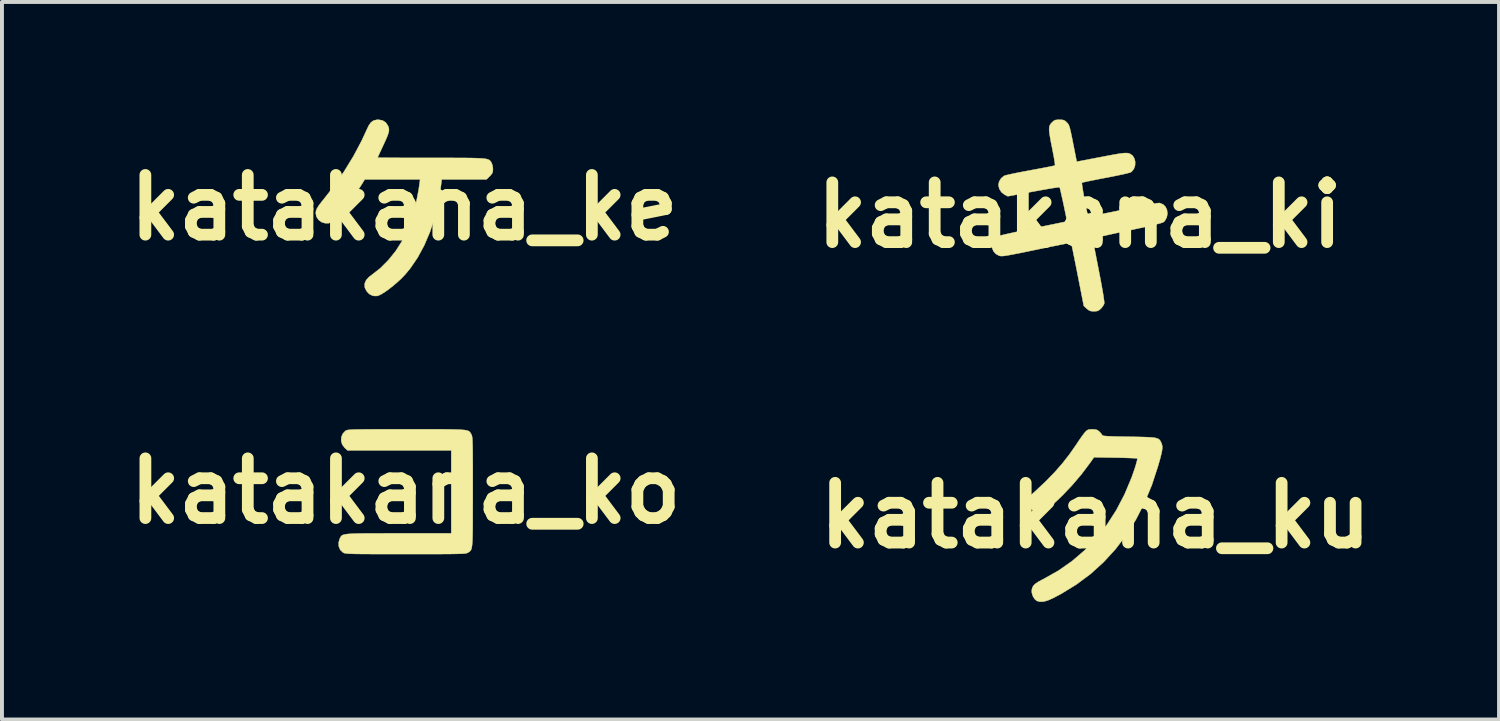
<source format=kicad_pcb>
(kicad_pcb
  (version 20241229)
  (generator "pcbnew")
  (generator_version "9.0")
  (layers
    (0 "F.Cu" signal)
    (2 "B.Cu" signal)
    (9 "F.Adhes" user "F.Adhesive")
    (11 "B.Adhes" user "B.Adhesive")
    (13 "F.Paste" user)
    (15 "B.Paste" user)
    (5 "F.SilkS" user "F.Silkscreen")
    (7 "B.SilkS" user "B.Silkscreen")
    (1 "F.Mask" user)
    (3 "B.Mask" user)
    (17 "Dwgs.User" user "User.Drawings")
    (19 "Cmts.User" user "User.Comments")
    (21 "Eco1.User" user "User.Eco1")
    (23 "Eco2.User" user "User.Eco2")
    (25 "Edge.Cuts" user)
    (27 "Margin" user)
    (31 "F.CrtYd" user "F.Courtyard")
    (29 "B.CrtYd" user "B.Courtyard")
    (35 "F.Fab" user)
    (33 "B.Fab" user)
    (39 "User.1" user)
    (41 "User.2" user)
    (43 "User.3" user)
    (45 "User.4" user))
  (footprint "katakana_ko"
    (layer "F.Cu")
    (at 7.301 9.481)
    (property "Reference" "katakana_ko" (at 0 0 0) (layer "F.SilkS") (effects (font (size 1.524 1.524) (thickness 0.3))))
    (attr through_hole)
    (fp_poly (pts (xy 0.581 -1.577) (xy 0.8 -1.577) (xy 0.986 -1.576) (xy 1.141 -1.574) (xy 1.268 -1.571) (xy 1.371 -1.568) (xy 1.452 -1.562) (xy 1.515 -1.556) (xy 1.562 -1.547) (xy 1.596 -1.536) (xy 1.621 -1.523) (xy 1.638 -1.507) (xy 1.652 -1.489) (xy 1.665 -1.468) (xy 1.673 -1.454) (xy 1.681 -1.439) (xy 1.688 -1.422) (xy 1.694 -1.398) (xy 1.699 -1.366) (xy 1.703 -1.322) (xy 1.706 -1.262) (xy 1.709 -1.183) (xy 1.711 -1.084) (xy 1.712 -0.959) (xy 1.713 -0.806) (xy 1.714 -0.623) (xy 1.714 -0.405) (xy 1.714 -0.15) (xy 1.714 0.021) (xy 1.714 0.306) (xy 1.713 0.551) (xy 1.713 0.761) (xy 1.712 0.937) (xy 1.71 1.083) (xy 1.707 1.202) (xy 1.703 1.297) (xy 1.697 1.372) (xy 1.689 1.429) (xy 1.68 1.471) (xy 1.668 1.501) (xy 1.654 1.523) (xy 1.638 1.539) (xy 1.618 1.553) (xy 1.597 1.567) (xy 1.584 1.575) (xy 1.568 1.582) (xy 1.546 1.588) (xy 1.515 1.593) (xy 1.473 1.597) (xy 1.416 1.6) (xy 1.341 1.602) (xy 1.245 1.604) (xy 1.126 1.606) (xy 0.979 1.607) (xy 0.803 1.608) (xy 0.595 1.608) (xy 0.35 1.608) (xy 0.067 1.608) (xy 0 1.608) (xy -0.292 1.608) (xy -0.544 1.608) (xy -0.76 1.608) (xy -0.943 1.607) (xy -1.095 1.606) (xy -1.22 1.605) (xy -1.321 1.603) (xy -1.4 1.6) (xy -1.461 1.597) (xy -1.507 1.593) (xy -1.54 1.589) (xy -1.564 1.583) (xy -1.581 1.577) (xy -1.595 1.569) (xy -1.602 1.565) (xy -1.67 1.498) (xy -1.706 1.41) (xy -1.709 1.31) (xy -1.68 1.214) (xy -1.668 1.188) (xy -1.655 1.165) (xy -1.64 1.146) (xy -1.62 1.13) (xy -1.589 1.116) (xy -1.547 1.106) (xy -1.49 1.097) (xy -1.414 1.091) (xy -1.317 1.086) (xy -1.195 1.083) (xy -1.046 1.081) (xy -0.866 1.08) (xy -0.652 1.08) (xy -0.401 1.079) (xy -0.181 1.079) (xy 1.164 1.079) (xy 1.164 -1.037) (xy -1.482 -1.037) (xy -1.557 -1.106) (xy -1.617 -1.186) (xy -1.645 -1.28) (xy -1.64 -1.376) (xy -1.604 -1.464) (xy -1.538 -1.534) (xy -1.532 -1.538) (xy -1.519 -1.546) (xy -1.502 -1.552) (xy -1.478 -1.558) (xy -1.444 -1.562) (xy -1.396 -1.566) (xy -1.333 -1.569) (xy -1.251 -1.572) (xy -1.147 -1.573) (xy -1.018 -1.575) (xy -0.861 -1.576) (xy -0.673 -1.576) (xy -0.45 -1.577) (xy -0.191 -1.577) (xy 0.031 -1.577) (xy 0.326 -1.577) (xy 0.581 -1.577)) (stroke (width 0.01) (type solid)) (fill yes) (layer "F.SilkS")))
  (footprint "katakana_ke"
    (layer "F.Cu")
    (at 7.264 2.249)
    (property "Reference" "katakana_ke" (at 0 0 0) (layer "F.SilkS") (effects (font (size 1.524 1.524) (thickness 0.3))))
    (attr through_hole)
    (fp_poly (pts (xy -0.55 -2.225) (xy -0.467 -2.17) (xy -0.411 -2.084) (xy -0.399 -2.052) (xy -0.39 -2.014) (xy -0.388 -1.975) (xy -0.395 -1.929) (xy -0.412 -1.871) (xy -0.442 -1.794) (xy -0.487 -1.693) (xy -0.548 -1.561) (xy -0.564 -1.526) (xy -0.607 -1.434) (xy -0.642 -1.357) (xy -0.667 -1.303) (xy -0.677 -1.278) (xy -0.677 -1.277) (xy -0.657 -1.276) (xy -0.597 -1.275) (xy -0.503 -1.274) (xy -0.376 -1.273) (xy -0.222 -1.272) (xy -0.042 -1.271) (xy 0.158 -1.271) (xy 0.376 -1.27) (xy 0.609 -1.27) (xy 0.69 -1.27) (xy 0.974 -1.27) (xy 1.219 -1.27) (xy 1.428 -1.269) (xy 1.604 -1.268) (xy 1.749 -1.266) (xy 1.868 -1.262) (xy 1.963 -1.258) (xy 2.037 -1.251) (xy 2.094 -1.243) (xy 2.135 -1.232) (xy 2.166 -1.219) (xy 2.187 -1.204) (xy 2.204 -1.185) (xy 2.218 -1.163) (xy 2.229 -1.145) (xy 2.252 -1.083) (xy 2.264 -1.005) (xy 2.265 -0.984) (xy 2.261 -0.92) (xy 2.243 -0.873) (xy 2.204 -0.824) (xy 2.183 -0.802) (xy 2.1 -0.72) (xy 0.958 -0.72) (xy 0.932 -0.513) (xy 0.868 -0.117) (xy 0.776 0.263) (xy 0.657 0.623) (xy 0.513 0.96) (xy 0.346 1.269) (xy 0.157 1.547) (xy 0.027 1.704) (xy -0.065 1.801) (xy -0.171 1.899) (xy -0.283 1.995) (xy -0.395 2.083) (xy -0.501 2.158) (xy -0.593 2.214) (xy -0.665 2.247) (xy -0.688 2.253) (xy -0.756 2.254) (xy -0.818 2.242) (xy -0.894 2.201) (xy -0.959 2.131) (xy -1 2.048) (xy -1.006 2.024) (xy -1.007 1.934) (xy -0.97 1.849) (xy -0.896 1.768) (xy -0.825 1.714) (xy -0.605 1.542) (xy -0.399 1.334) (xy -0.211 1.099) (xy -0.048 0.842) (xy 0.086 0.57) (xy 0.107 0.52) (xy 0.184 0.304) (xy 0.256 0.06) (xy 0.319 -0.196) (xy 0.368 -0.45) (xy 0.392 -0.609) (xy 0.406 -0.72) (xy -1.007 -0.72) (xy -1.08 -0.599) (xy -1.145 -0.498) (xy -1.225 -0.382) (xy -1.315 -0.257) (xy -1.412 -0.129) (xy -1.51 -0.004) (xy -1.605 0.112) (xy -1.691 0.213) (xy -1.765 0.294) (xy -1.821 0.348) (xy -1.836 0.36) (xy -1.922 0.396) (xy -2.015 0.398) (xy -2.106 0.37) (xy -2.182 0.315) (xy -2.235 0.238) (xy -2.244 0.209) (xy -2.256 0.146) (xy -2.251 0.086) (xy -2.226 0.021) (xy -2.179 -0.054) (xy -2.107 -0.149) (xy -2.072 -0.191) (xy -1.795 -0.545) (xy -1.534 -0.923) (xy -1.295 -1.313) (xy -1.086 -1.706) (xy -0.951 -1.998) (xy -0.898 -2.107) (xy -0.844 -2.179) (xy -0.782 -2.222) (xy -0.705 -2.241) (xy -0.652 -2.244) (xy -0.55 -2.225)) (stroke (width 0.01) (type solid)) (fill yes) (layer "F.SilkS")))
  (footprint "katakana_ku"
    (layer "F.Cu")
    (at 24.902 10.106)
    (property "Reference" "katakana_ku" (at 0 0 0) (layer "F.SilkS") (effects (font (size 1.524 1.524) (thickness 0.3))))
    (attr through_hole)
    (fp_poly (pts (xy -0.003 -2.197) (xy 0.048 -2.182) (xy 0.094 -2.149) (xy 0.1 -2.143) (xy 0.143 -2.098) (xy 0.17 -2.06) (xy 0.173 -2.053) (xy 0.181 -2.044) (xy 0.202 -2.037) (xy 0.24 -2.031) (xy 0.299 -2.026) (xy 0.383 -2.022) (xy 0.497 -2.018) (xy 0.644 -2.015) (xy 0.828 -2.012) (xy 0.86 -2.011) (xy 1.06 -2.008) (xy 1.221 -2.004) (xy 1.35 -1.999) (xy 1.449 -1.993) (xy 1.524 -1.983) (xy 1.578 -1.969) (xy 1.616 -1.951) (xy 1.643 -1.927) (xy 1.663 -1.897) (xy 1.681 -1.86) (xy 1.687 -1.846) (xy 1.701 -1.804) (xy 1.708 -1.76) (xy 1.707 -1.707) (xy 1.698 -1.64) (xy 1.678 -1.55) (xy 1.648 -1.434) (xy 1.605 -1.284) (xy 1.6 -1.265) (xy 1.442 -0.78) (xy 1.254 -0.326) (xy 1.038 0.098) (xy 0.792 0.492) (xy 0.516 0.855) (xy 0.212 1.187) (xy -0.121 1.489) (xy -0.484 1.759) (xy -0.875 1.999) (xy -1.074 2.104) (xy -1.209 2.164) (xy -1.32 2.196) (xy -1.412 2.2) (xy -1.492 2.178) (xy -1.495 2.177) (xy -1.55 2.13) (xy -1.595 2.056) (xy -1.621 1.971) (xy -1.623 1.901) (xy -1.609 1.841) (xy -1.581 1.79) (xy -1.532 1.742) (xy -1.457 1.691) (xy -1.35 1.633) (xy -1.316 1.616) (xy -0.939 1.403) (xy -0.589 1.158) (xy -0.266 0.88) (xy 0.029 0.572) (xy 0.296 0.232) (xy 0.535 -0.139) (xy 0.745 -0.541) (xy 0.926 -0.972) (xy 1.006 -1.202) (xy 1.035 -1.296) (xy 1.057 -1.376) (xy 1.07 -1.431) (xy 1.07 -1.456) (xy 1.046 -1.46) (xy 0.985 -1.464) (xy 0.894 -1.468) (xy 0.777 -1.472) (xy 0.642 -1.476) (xy 0.51 -1.478) (xy -0.035 -1.487) (xy -0.138 -1.341) (xy -0.353 -1.055) (xy -0.591 -0.775) (xy -0.839 -0.514) (xy -0.995 -0.365) (xy -1.105 -0.266) (xy -1.191 -0.193) (xy -1.258 -0.143) (xy -1.312 -0.11) (xy -1.358 -0.092) (xy -1.404 -0.085) (xy -1.425 -0.085) (xy -1.535 -0.101) (xy -1.617 -0.148) (xy -1.67 -0.226) (xy -1.693 -0.333) (xy -1.693 -0.359) (xy -1.694 -0.476) (xy -1.519 -0.634) (xy -1.264 -0.874) (xy -1.04 -1.104) (xy -0.841 -1.331) (xy -0.659 -1.564) (xy -0.487 -1.811) (xy -0.481 -1.82) (xy -0.417 -1.917) (xy -0.355 -2.006) (xy -0.301 -2.08) (xy -0.262 -2.128) (xy -0.258 -2.133) (xy -0.215 -2.173) (xy -0.174 -2.194) (xy -0.116 -2.201) (xy -0.078 -2.201) (xy -0.003 -2.197)) (stroke (width 0.01) (type solid)) (fill yes) (layer "F.SilkS")))
  (footprint "katakana_ki"
    (layer "F.Cu")
    (at 24.503 2.439)
    (property "Reference" "katakana_ki" (at 0 0 0) (layer "F.SilkS") (effects (font (size 1.524 1.524) (thickness 0.3))))
    (attr through_hole)
    (fp_poly (pts (xy -0.445 -2.431) (xy -0.397 -2.419) (xy -0.355 -2.39) (xy -0.33 -2.365) (xy -0.307 -2.341) (xy -0.288 -2.315) (xy -0.272 -2.28) (xy -0.256 -2.232) (xy -0.238 -2.164) (xy -0.218 -2.071) (xy -0.192 -1.947) (xy -0.169 -1.83) (xy -0.077 -1.364) (xy 0.507 -1.475) (xy 0.694 -1.511) (xy 0.846 -1.539) (xy 0.965 -1.56) (xy 1.057 -1.574) (xy 1.128 -1.582) (xy 1.181 -1.584) (xy 1.222 -1.582) (xy 1.255 -1.575) (xy 1.279 -1.567) (xy 1.348 -1.52) (xy 1.393 -1.448) (xy 1.415 -1.361) (xy 1.412 -1.269) (xy 1.383 -1.183) (xy 1.33 -1.113) (xy 1.306 -1.095) (xy 1.273 -1.083) (xy 1.205 -1.065) (xy 1.107 -1.042) (xy 0.984 -1.016) (xy 0.843 -0.987) (xy 0.689 -0.957) (xy 0.667 -0.953) (xy 0.513 -0.924) (xy 0.374 -0.896) (xy 0.253 -0.872) (xy 0.156 -0.851) (xy 0.089 -0.836) (xy 0.058 -0.827) (xy 0.056 -0.826) (xy 0.056 -0.802) (xy 0.063 -0.744) (xy 0.076 -0.661) (xy 0.093 -0.558) (xy 0.113 -0.445) (xy 0.135 -0.329) (xy 0.157 -0.217) (xy 0.178 -0.117) (xy 0.196 -0.037) (xy 0.21 0.016) (xy 0.217 0.034) (xy 0.24 0.032) (xy 0.3 0.023) (xy 0.392 0.006) (xy 0.512 -0.017) (xy 0.657 -0.046) (xy 0.822 -0.079) (xy 1.001 -0.116) (xy 1.103 -0.138) (xy 1.35 -0.189) (xy 1.562 -0.231) (xy 1.737 -0.264) (xy 1.874 -0.289) (xy 1.972 -0.304) (xy 2.03 -0.309) (xy 2.043 -0.308) (xy 2.128 -0.273) (xy 2.19 -0.211) (xy 2.227 -0.129) (xy 2.238 -0.037) (xy 2.221 0.056) (xy 2.175 0.142) (xy 2.142 0.176) (xy 2.115 0.189) (xy 2.057 0.208) (xy 1.967 0.232) (xy 1.843 0.263) (xy 1.682 0.299) (xy 1.484 0.342) (xy 1.246 0.393) (xy 1.214 0.4) (xy 0.988 0.447) (xy 0.8 0.488) (xy 0.649 0.522) (xy 0.53 0.549) (xy 0.442 0.572) (xy 0.382 0.589) (xy 0.346 0.603) (xy 0.332 0.613) (xy 0.332 0.616) (xy 0.337 0.643) (xy 0.349 0.706) (xy 0.367 0.802) (xy 0.391 0.925) (xy 0.419 1.07) (xy 0.451 1.233) (xy 0.485 1.409) (xy 0.488 1.423) (xy 0.531 1.647) (xy 0.566 1.838) (xy 0.594 1.997) (xy 0.613 2.12) (xy 0.624 2.206) (xy 0.626 2.252) (xy 0.626 2.257) (xy 0.602 2.307) (xy 0.559 2.365) (xy 0.541 2.385) (xy 0.491 2.428) (xy 0.444 2.449) (xy 0.379 2.455) (xy 0.362 2.455) (xy 0.289 2.451) (xy 0.237 2.432) (xy 0.184 2.391) (xy 0.179 2.387) (xy 0.104 2.318) (xy -0.054 1.515) (xy -0.089 1.337) (xy -0.122 1.172) (xy -0.152 1.025) (xy -0.177 0.9) (xy -0.197 0.803) (xy -0.211 0.737) (xy -0.218 0.707) (xy -0.219 0.706) (xy -0.24 0.708) (xy -0.299 0.719) (xy -0.39 0.736) (xy -0.51 0.76) (xy -0.654 0.789) (xy -0.818 0.822) (xy -0.998 0.859) (xy -1.102 0.881) (xy -1.317 0.925) (xy -1.494 0.962) (xy -1.638 0.99) (xy -1.752 1.012) (xy -1.841 1.028) (xy -1.909 1.039) (xy -1.96 1.044) (xy -1.998 1.046) (xy -2.026 1.043) (xy -2.05 1.038) (xy -2.063 1.034) (xy -2.146 0.987) (xy -2.204 0.917) (xy -2.237 0.833) (xy -2.243 0.744) (xy -2.223 0.659) (xy -2.174 0.588) (xy -2.112 0.545) (xy -2.077 0.534) (xy -2.005 0.516) (xy -1.9 0.491) (xy -1.769 0.462) (xy -1.616 0.428) (xy -1.445 0.392) (xy -1.261 0.353) (xy -1.185 0.338) (xy -1.001 0.3) (xy -0.83 0.265) (xy -0.678 0.234) (xy -0.547 0.207) (xy -0.442 0.185) (xy -0.369 0.17) (xy -0.33 0.162) (xy -0.325 0.161) (xy -0.328 0.14) (xy -0.338 0.085) (xy -0.354 0.004) (xy -0.375 -0.096) (xy -0.398 -0.208) (xy -0.423 -0.324) (xy -0.448 -0.438) (xy -0.471 -0.54) (xy -0.49 -0.624) (xy -0.505 -0.684) (xy -0.513 -0.71) (xy -0.513 -0.71) (xy -0.536 -0.71) (xy -0.596 -0.702) (xy -0.687 -0.689) (xy -0.805 -0.669) (xy -0.944 -0.645) (xy -1.098 -0.617) (xy -1.181 -0.602) (xy -1.836 -0.48) (xy -1.918 -0.522) (xy -1.998 -0.584) (xy -2.053 -0.671) (xy -2.074 -0.768) (xy -2.074 -0.773) (xy -2.056 -0.857) (xy -2.007 -0.937) (xy -1.938 -0.996) (xy -1.921 -1.005) (xy -1.883 -1.017) (xy -1.809 -1.034) (xy -1.705 -1.057) (xy -1.578 -1.083) (xy -1.433 -1.111) (xy -1.276 -1.14) (xy -1.249 -1.145) (xy -1.094 -1.174) (xy -0.953 -1.2) (xy -0.831 -1.224) (xy -0.734 -1.243) (xy -0.666 -1.258) (xy -0.633 -1.267) (xy -0.631 -1.268) (xy -0.631 -1.291) (xy -0.638 -1.35) (xy -0.652 -1.437) (xy -0.672 -1.546) (xy -0.696 -1.671) (xy -0.7 -1.692) (xy -0.734 -1.862) (xy -0.758 -1.996) (xy -0.774 -2.1) (xy -0.781 -2.179) (xy -0.778 -2.238) (xy -0.767 -2.284) (xy -0.747 -2.321) (xy -0.719 -2.354) (xy -0.711 -2.362) (xy -0.665 -2.404) (xy -0.622 -2.426) (xy -0.565 -2.433) (xy -0.519 -2.434) (xy -0.445 -2.431)) (stroke (width 0.01) (type solid)) (fill yes) (layer "F.SilkS")))
  (gr_rect
    (start -3 -3)
    (end 35.203 15.311)
    (stroke (width 0.1) (type default))
    (fill no)
    (layer "Edge.Cuts")))
</source>
